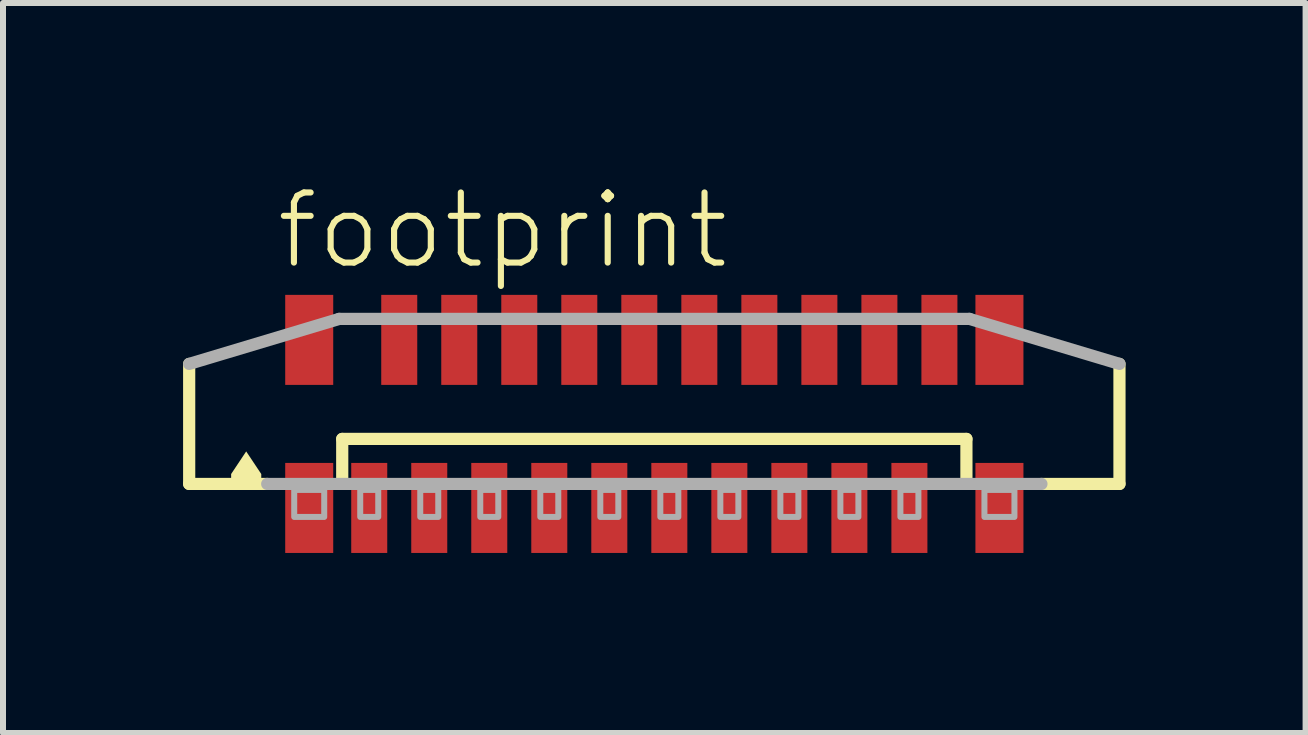
<source format=kicad_pcb>
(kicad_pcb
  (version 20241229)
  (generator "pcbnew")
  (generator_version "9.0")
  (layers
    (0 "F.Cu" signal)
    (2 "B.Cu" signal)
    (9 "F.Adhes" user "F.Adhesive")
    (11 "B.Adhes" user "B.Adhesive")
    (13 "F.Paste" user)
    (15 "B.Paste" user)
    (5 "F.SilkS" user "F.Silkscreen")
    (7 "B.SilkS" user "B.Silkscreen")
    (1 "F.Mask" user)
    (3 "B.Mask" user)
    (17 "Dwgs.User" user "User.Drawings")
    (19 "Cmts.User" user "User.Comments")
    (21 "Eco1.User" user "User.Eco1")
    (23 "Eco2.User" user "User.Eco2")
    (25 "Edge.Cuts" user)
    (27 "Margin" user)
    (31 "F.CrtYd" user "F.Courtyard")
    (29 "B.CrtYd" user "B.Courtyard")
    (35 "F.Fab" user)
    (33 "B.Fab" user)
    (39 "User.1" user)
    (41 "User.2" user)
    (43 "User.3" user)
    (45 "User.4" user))
  (footprint "footprint"
    (layer "F.Cu")
    (at 7.852 4.013)
    (property "Reference" "footprint" (at -6.35 -2.54 0) (layer "F.SilkS") (effects (font (size 1.168 1.168) (thickness 0.102)) (justify left bottom)))
    (fp_line (start -7.75 1) (end -7.75 -1) (stroke (width 0.203) (type solid)) (layer "F.SilkS"))
    (fp_line (start -6.45 1) (end -7.75 1) (stroke (width 0.203) (type solid)) (layer "F.SilkS"))
    (fp_line (start -5.2 0.25) (end 5.2 0.25) (stroke (width 0.203) (type solid)) (layer "F.SilkS"))
    (fp_line (start -5.2 1) (end -5.2 0.25) (stroke (width 0.203) (type solid)) (layer "F.SilkS"))
    (fp_line (start 5.2 0.25) (end 5.2 1) (stroke (width 0.203) (type solid)) (layer "F.SilkS"))
    (fp_line (start 7.75 -1) (end 7.75 1) (stroke (width 0.203) (type solid)) (layer "F.SilkS"))
    (fp_line (start 7.75 1) (end 6.45 1) (stroke (width 0.203) (type solid)) (layer "F.SilkS"))
    (fp_poly (pts (xy -6.549 0.835) (xy -6.549 1.001) (xy -7.051 1.001) (xy -7.051 0.835) (xy -6.8 0.458)) (stroke (width 0) (type solid)) (fill yes) (layer "F.SilkS"))
    (fp_line (start -7.75 -1) (end -5.25 -1.75) (stroke (width 0.203) (type solid)) (layer "F.Fab"))
    (fp_line (start -5.25 -1.75) (end 5.25 -1.75) (stroke (width 0.203) (type solid)) (layer "F.Fab"))
    (fp_line (start 5.25 -1.75) (end 7.75 -1) (stroke (width 0.203) (type solid)) (layer "F.Fab"))
    (fp_line (start 6.45 1) (end -6.45 1) (stroke (width 0.203) (type solid)) (layer "F.Fab"))
    (fp_poly (pts (xy -6 1.55) (xy -5.5 1.55) (xy -5.5 1.1) (xy -6 1.1)) (stroke (width 0.1) (type solid)) (fill no) (layer "F.Fab"))
    (fp_poly (pts (xy -4.9 1.55) (xy -4.6 1.55) (xy -4.6 1.1) (xy -4.9 1.1)) (stroke (width 0.1) (type solid)) (fill no) (layer "F.Fab"))
    (fp_poly (pts (xy -3.9 1.55) (xy -3.6 1.55) (xy -3.6 1.1) (xy -3.9 1.1)) (stroke (width 0.1) (type solid)) (fill no) (layer "F.Fab"))
    (fp_poly (pts (xy -2.9 1.55) (xy -2.6 1.55) (xy -2.6 1.1) (xy -2.9 1.1)) (stroke (width 0.1) (type solid)) (fill no) (layer "F.Fab"))
    (fp_poly (pts (xy -1.9 1.55) (xy -1.6 1.55) (xy -1.6 1.1) (xy -1.9 1.1)) (stroke (width 0.1) (type solid)) (fill no) (layer "F.Fab"))
    (fp_poly (pts (xy -0.9 1.55) (xy -0.6 1.55) (xy -0.6 1.1) (xy -0.9 1.1)) (stroke (width 0.1) (type solid)) (fill no) (layer "F.Fab"))
    (fp_poly (pts (xy 0.1 1.55) (xy 0.4 1.55) (xy 0.4 1.1) (xy 0.1 1.1)) (stroke (width 0.1) (type solid)) (fill no) (layer "F.Fab"))
    (fp_poly (pts (xy 1.1 1.55) (xy 1.4 1.55) (xy 1.4 1.1) (xy 1.1 1.1)) (stroke (width 0.1) (type solid)) (fill no) (layer "F.Fab"))
    (fp_poly (pts (xy 2.1 1.55) (xy 2.4 1.55) (xy 2.4 1.1) (xy 2.1 1.1)) (stroke (width 0.1) (type solid)) (fill no) (layer "F.Fab"))
    (fp_poly (pts (xy 3.1 1.55) (xy 3.4 1.55) (xy 3.4 1.1) (xy 3.1 1.1)) (stroke (width 0.1) (type solid)) (fill no) (layer "F.Fab"))
    (fp_poly (pts (xy 4.1 1.55) (xy 4.4 1.55) (xy 4.4 1.1) (xy 4.1 1.1)) (stroke (width 0.1) (type solid)) (fill no) (layer "F.Fab"))
    (fp_poly (pts (xy 5.5 1.55) (xy 6 1.55) (xy 6 1.1) (xy 5.5 1.1)) (stroke (width 0.1) (type solid)) (fill no) (layer "F.Fab"))
    (pad "1" smd rect (at -4.75 1.4) (size 0.6 1.5) (layers "F.Cu" "F.Mask" "F.Paste"))
    (pad "2" smd rect (at -4.25 -1.4 180) (size 0.6 1.5) (layers "F.Cu" "F.Mask" "F.Paste"))
    (pad "3" smd rect (at -3.75 1.4) (size 0.6 1.5) (layers "F.Cu" "F.Mask" "F.Paste"))
    (pad "4" smd rect (at -3.25 -1.4 180) (size 0.6 1.5) (layers "F.Cu" "F.Mask" "F.Paste"))
    (pad "5" smd rect (at -2.75 1.4) (size 0.6 1.5) (layers "F.Cu" "F.Mask" "F.Paste"))
    (pad "6" smd rect (at -2.25 -1.4 180) (size 0.6 1.5) (layers "F.Cu" "F.Mask" "F.Paste"))
    (pad "7" smd rect (at -1.75 1.4) (size 0.6 1.5) (layers "F.Cu" "F.Mask" "F.Paste"))
    (pad "8" smd rect (at -1.25 -1.4 180) (size 0.6 1.5) (layers "F.Cu" "F.Mask" "F.Paste"))
    (pad "9" smd rect (at -0.75 1.4) (size 0.6 1.5) (layers "F.Cu" "F.Mask" "F.Paste"))
    (pad "10" smd rect (at -0.25 -1.4 180) (size 0.6 1.5) (layers "F.Cu" "F.Mask" "F.Paste"))
    (pad "11" smd rect (at 0.25 1.4) (size 0.6 1.5) (layers "F.Cu" "F.Mask" "F.Paste"))
    (pad "12" smd rect (at 0.75 -1.4 180) (size 0.6 1.5) (layers "F.Cu" "F.Mask" "F.Paste"))
    (pad "13" smd rect (at 1.25 1.4) (size 0.6 1.5) (layers "F.Cu" "F.Mask" "F.Paste"))
    (pad "14" smd rect (at 1.75 -1.4 180) (size 0.6 1.5) (layers "F.Cu" "F.Mask" "F.Paste"))
    (pad "15" smd rect (at 2.25 1.4) (size 0.6 1.5) (layers "F.Cu" "F.Mask" "F.Paste"))
    (pad "16" smd rect (at 2.75 -1.4 180) (size 0.6 1.5) (layers "F.Cu" "F.Mask" "F.Paste"))
    (pad "17" smd rect (at 3.25 1.4) (size 0.6 1.5) (layers "F.Cu" "F.Mask" "F.Paste"))
    (pad "18" smd rect (at 3.75 -1.4 180) (size 0.6 1.5) (layers "F.Cu" "F.Mask" "F.Paste"))
    (pad "19" smd rect (at 4.25 1.4) (size 0.6 1.5) (layers "F.Cu" "F.Mask" "F.Paste"))
    (pad "20" smd rect (at 4.75 -1.4 180) (size 0.6 1.5) (layers "F.Cu" "F.Mask" "F.Paste"))
    (pad "M1" smd rect (at -5.75 1.4) (size 0.8 1.5) (layers "F.Cu" "F.Mask" "F.Paste"))
    (pad "M2" smd rect (at 5.75 1.4) (size 0.8 1.5) (layers "F.Cu" "F.Mask" "F.Paste"))
    (pad "M3" smd rect (at 5.75 -1.4 180) (size 0.8 1.5) (layers "F.Cu" "F.Mask" "F.Paste"))
    (pad "M4" smd rect (at -5.75 -1.4 180) (size 0.8 1.5) (layers "F.Cu" "F.Mask" "F.Paste")))
  (gr_rect
    (start -3 -3)
    (end 18.703 9.163)
    (stroke (width 0.1) (type default))
    (fill no)
    (layer "Edge.Cuts")))
</source>
